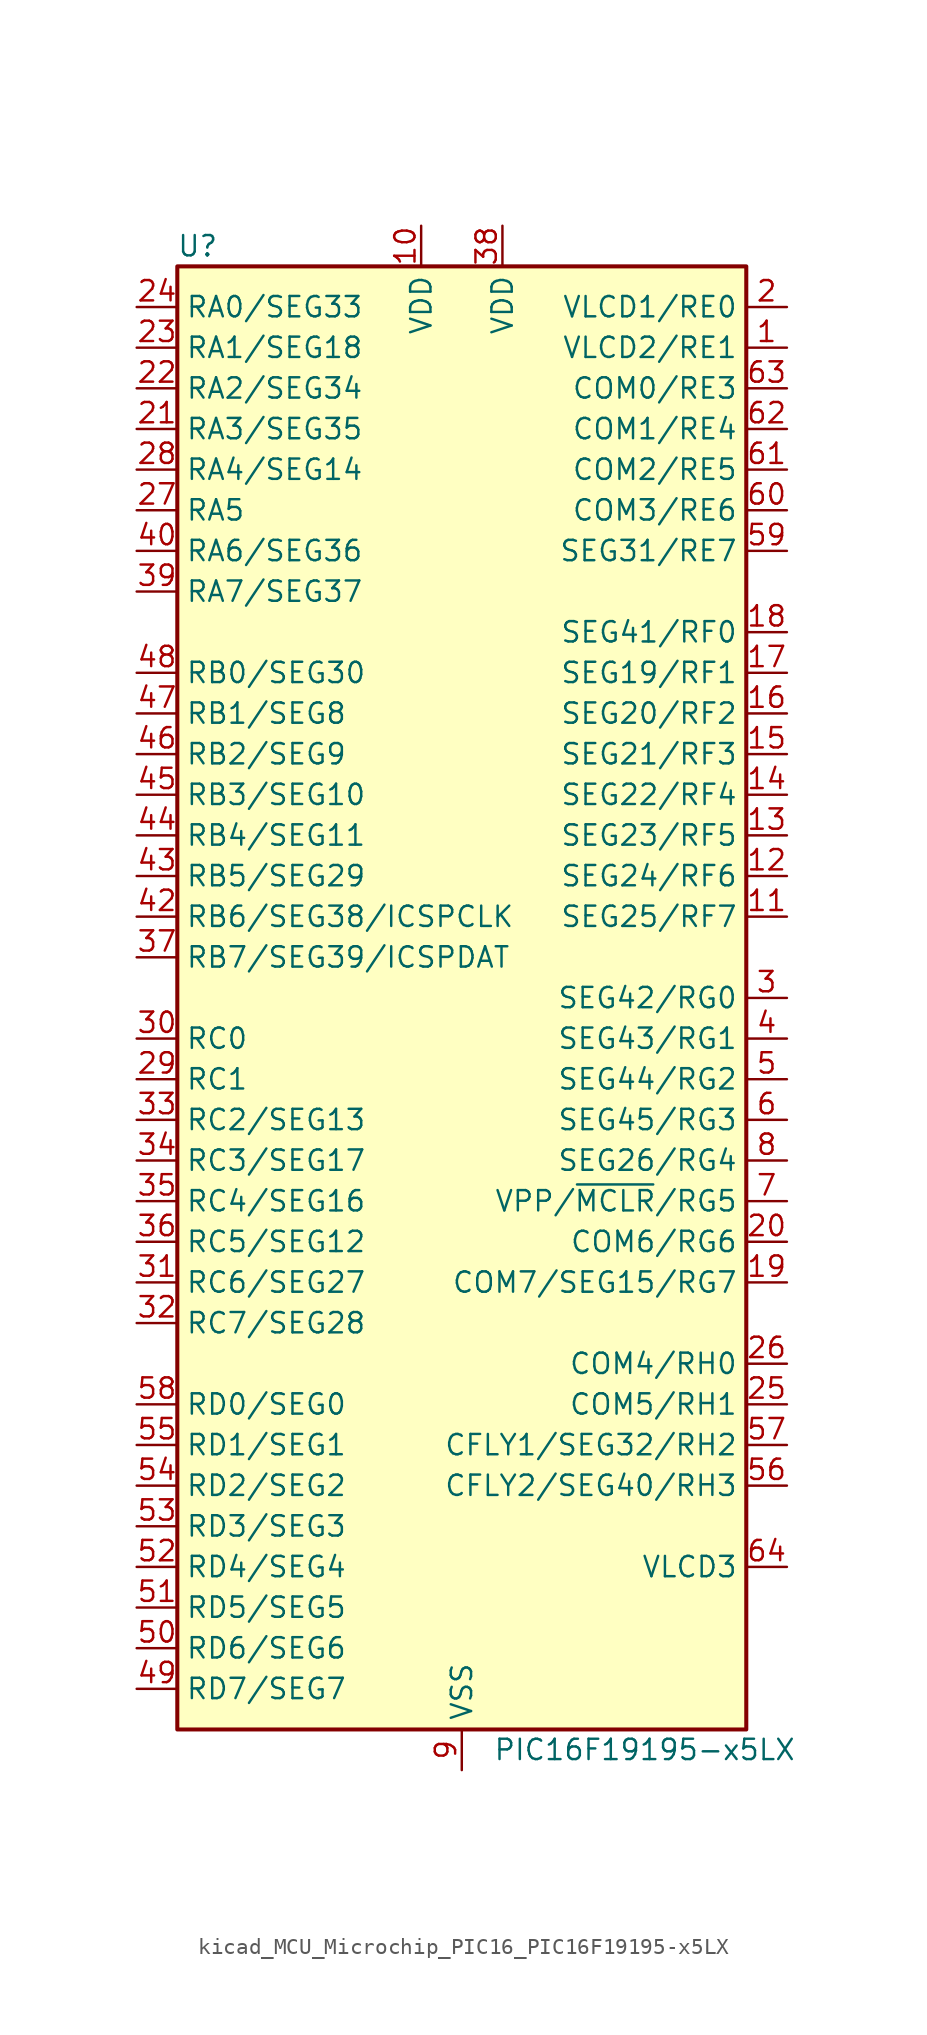
<source format=kicad_sym>
(kicad_symbol_lib
  (version 20220914)
  (generator kicad_symbol_editor)
  (symbol "kicad_MCU_Microchip_PIC16_PIC16F19195-x5LX"
    (property "Reference" "U"
      (at -16.51 46.99 0)
      (effects (font (size 1.27 1.27))))
    (property "Value" "PIC16F19195-x5LX"
      (at 11.43 -46.99 0)
      (effects (font (size 1.27 1.27))))
    (symbol "kicad_MCU_Microchip_PIC16_PIC16F19195-x5LX_0_1"
      (rectangle (start -17.78 45.72) (end 17.78 -45.72) (stroke (width 0.254) (type default)) (fill (type background))))
    (symbol "kicad_MCU_Microchip_PIC16_PIC16F19195-x5LX_1_1"
      (pin bidirectional line (at 20.32 40.64 180) (length 2.54) (name "VLCD2/RE1" (effects (font (size 1.27 1.27)))) (number "1" (effects (font (size 1.27 1.27)))))
      (pin power_in line (at -2.54 48.26 270) (length 2.54) (name "VDD" (effects (font (size 1.27 1.27)))) (number "10" (effects (font (size 1.27 1.27)))))
      (pin bidirectional line (at 20.32 5.08 180) (length 2.54) (name "SEG25/RF7" (effects (font (size 1.27 1.27)))) (number "11" (effects (font (size 1.27 1.27)))))
      (pin bidirectional line (at 20.32 7.62 180) (length 2.54) (name "SEG24/RF6" (effects (font (size 1.27 1.27)))) (number "12" (effects (font (size 1.27 1.27)))))
      (pin bidirectional line (at 20.32 10.16 180) (length 2.54) (name "SEG23/RF5" (effects (font (size 1.27 1.27)))) (number "13" (effects (font (size 1.27 1.27)))))
      (pin bidirectional line (at 20.32 12.7 180) (length 2.54) (name "SEG22/RF4" (effects (font (size 1.27 1.27)))) (number "14" (effects (font (size 1.27 1.27)))))
      (pin bidirectional line (at 20.32 15.24 180) (length 2.54) (name "SEG21/RF3" (effects (font (size 1.27 1.27)))) (number "15" (effects (font (size 1.27 1.27)))))
      (pin bidirectional line (at 20.32 17.78 180) (length 2.54) (name "SEG20/RF2" (effects (font (size 1.27 1.27)))) (number "16" (effects (font (size 1.27 1.27)))))
      (pin bidirectional line (at 20.32 20.32 180) (length 2.54) (name "SEG19/RF1" (effects (font (size 1.27 1.27)))) (number "17" (effects (font (size 1.27 1.27)))))
      (pin bidirectional line (at 20.32 22.86 180) (length 2.54) (name "SEG41/RF0" (effects (font (size 1.27 1.27)))) (number "18" (effects (font (size 1.27 1.27)))))
      (pin bidirectional line (at 20.32 -17.78 180) (length 2.54) (name "COM7/SEG15/RG7" (effects (font (size 1.27 1.27)))) (number "19" (effects (font (size 1.27 1.27)))))
      (pin bidirectional line (at 20.32 43.18 180) (length 2.54) (name "VLCD1/RE0" (effects (font (size 1.27 1.27)))) (number "2" (effects (font (size 1.27 1.27)))))
      (pin bidirectional line (at 20.32 -15.24 180) (length 2.54) (name "COM6/RG6" (effects (font (size 1.27 1.27)))) (number "20" (effects (font (size 1.27 1.27)))))
      (pin bidirectional line (at -20.32 35.56 0) (length 2.54) (name "RA3/SEG35" (effects (font (size 1.27 1.27)))) (number "21" (effects (font (size 1.27 1.27)))))
      (pin bidirectional line (at -20.32 38.1 0) (length 2.54) (name "RA2/SEG34" (effects (font (size 1.27 1.27)))) (number "22" (effects (font (size 1.27 1.27)))))
      (pin bidirectional line (at -20.32 40.64 0) (length 2.54) (name "RA1/SEG18" (effects (font (size 1.27 1.27)))) (number "23" (effects (font (size 1.27 1.27)))))
      (pin bidirectional line (at -20.32 43.18 0) (length 2.54) (name "RA0/SEG33" (effects (font (size 1.27 1.27)))) (number "24" (effects (font (size 1.27 1.27)))))
      (pin bidirectional line (at 20.32 -25.4 180) (length 2.54) (name "COM5/RH1" (effects (font (size 1.27 1.27)))) (number "25" (effects (font (size 1.27 1.27)))))
      (pin bidirectional line (at 20.32 -22.86 180) (length 2.54) (name "COM4/RH0" (effects (font (size 1.27 1.27)))) (number "26" (effects (font (size 1.27 1.27)))))
      (pin bidirectional line (at -20.32 30.48 0) (length 2.54) (name "RA5" (effects (font (size 1.27 1.27)))) (number "27" (effects (font (size 1.27 1.27)))))
      (pin bidirectional line (at -20.32 33.02 0) (length 2.54) (name "RA4/SEG14" (effects (font (size 1.27 1.27)))) (number "28" (effects (font (size 1.27 1.27)))))
      (pin bidirectional line (at -20.32 -5.08 0) (length 2.54) (name "RC1" (effects (font (size 1.27 1.27)))) (number "29" (effects (font (size 1.27 1.27)))))
      (pin bidirectional line (at 20.32 0 180) (length 2.54) (name "SEG42/RG0" (effects (font (size 1.27 1.27)))) (number "3" (effects (font (size 1.27 1.27)))))
      (pin bidirectional line (at -20.32 -2.54 0) (length 2.54) (name "RC0" (effects (font (size 1.27 1.27)))) (number "30" (effects (font (size 1.27 1.27)))))
      (pin bidirectional line (at -20.32 -17.78 0) (length 2.54) (name "RC6/SEG27" (effects (font (size 1.27 1.27)))) (number "31" (effects (font (size 1.27 1.27)))))
      (pin bidirectional line (at -20.32 -20.32 0) (length 2.54) (name "RC7/SEG28" (effects (font (size 1.27 1.27)))) (number "32" (effects (font (size 1.27 1.27)))))
      (pin bidirectional line (at -20.32 -7.62 0) (length 2.54) (name "RC2/SEG13" (effects (font (size 1.27 1.27)))) (number "33" (effects (font (size 1.27 1.27)))))
      (pin bidirectional line (at -20.32 -10.16 0) (length 2.54) (name "RC3/SEG17" (effects (font (size 1.27 1.27)))) (number "34" (effects (font (size 1.27 1.27)))))
      (pin bidirectional line (at -20.32 -12.7 0) (length 2.54) (name "RC4/SEG16" (effects (font (size 1.27 1.27)))) (number "35" (effects (font (size 1.27 1.27)))))
      (pin bidirectional line (at -20.32 -15.24 0) (length 2.54) (name "RC5/SEG12" (effects (font (size 1.27 1.27)))) (number "36" (effects (font (size 1.27 1.27)))))
      (pin bidirectional line (at -20.32 2.54 0) (length 2.54) (name "RB7/SEG39/ICSPDAT" (effects (font (size 1.27 1.27)))) (number "37" (effects (font (size 1.27 1.27)))))
      (pin power_in line (at 2.54 48.26 270) (length 2.54) (name "VDD" (effects (font (size 1.27 1.27)))) (number "38" (effects (font (size 1.27 1.27)))))
      (pin bidirectional line (at -20.32 25.4 0) (length 2.54) (name "RA7/SEG37" (effects (font (size 1.27 1.27)))) (number "39" (effects (font (size 1.27 1.27)))))
      (pin bidirectional line (at 20.32 -2.54 180) (length 2.54) (name "SEG43/RG1" (effects (font (size 1.27 1.27)))) (number "4" (effects (font (size 1.27 1.27)))))
      (pin bidirectional line (at -20.32 27.94 0) (length 2.54) (name "RA6/SEG36" (effects (font (size 1.27 1.27)))) (number "40" (effects (font (size 1.27 1.27)))))
      (pin passive line (at 0 -48.26 90) (length 2.54) hide (name "VSS" (effects (font (size 1.27 1.27)))) (number "41" (effects (font (size 1.27 1.27)))))
      (pin bidirectional line (at -20.32 5.08 0) (length 2.54) (name "RB6/SEG38/ICSPCLK" (effects (font (size 1.27 1.27)))) (number "42" (effects (font (size 1.27 1.27)))))
      (pin bidirectional line (at -20.32 7.62 0) (length 2.54) (name "RB5/SEG29" (effects (font (size 1.27 1.27)))) (number "43" (effects (font (size 1.27 1.27)))))
      (pin bidirectional line (at -20.32 10.16 0) (length 2.54) (name "RB4/SEG11" (effects (font (size 1.27 1.27)))) (number "44" (effects (font (size 1.27 1.27)))))
      (pin bidirectional line (at -20.32 12.7 0) (length 2.54) (name "RB3/SEG10" (effects (font (size 1.27 1.27)))) (number "45" (effects (font (size 1.27 1.27)))))
      (pin bidirectional line (at -20.32 15.24 0) (length 2.54) (name "RB2/SEG9" (effects (font (size 1.27 1.27)))) (number "46" (effects (font (size 1.27 1.27)))))
      (pin bidirectional line (at -20.32 17.78 0) (length 2.54) (name "RB1/SEG8" (effects (font (size 1.27 1.27)))) (number "47" (effects (font (size 1.27 1.27)))))
      (pin bidirectional line (at -20.32 20.32 0) (length 2.54) (name "RB0/SEG30" (effects (font (size 1.27 1.27)))) (number "48" (effects (font (size 1.27 1.27)))))
      (pin bidirectional line (at -20.32 -43.18 0) (length 2.54) (name "RD7/SEG7" (effects (font (size 1.27 1.27)))) (number "49" (effects (font (size 1.27 1.27)))))
      (pin bidirectional line (at 20.32 -5.08 180) (length 2.54) (name "SEG44/RG2" (effects (font (size 1.27 1.27)))) (number "5" (effects (font (size 1.27 1.27)))))
      (pin bidirectional line (at -20.32 -40.64 0) (length 2.54) (name "RD6/SEG6" (effects (font (size 1.27 1.27)))) (number "50" (effects (font (size 1.27 1.27)))))
      (pin bidirectional line (at -20.32 -38.1 0) (length 2.54) (name "RD5/SEG5" (effects (font (size 1.27 1.27)))) (number "51" (effects (font (size 1.27 1.27)))))
      (pin bidirectional line (at -20.32 -35.56 0) (length 2.54) (name "RD4/SEG4" (effects (font (size 1.27 1.27)))) (number "52" (effects (font (size 1.27 1.27)))))
      (pin bidirectional line (at -20.32 -33.02 0) (length 2.54) (name "RD3/SEG3" (effects (font (size 1.27 1.27)))) (number "53" (effects (font (size 1.27 1.27)))))
      (pin bidirectional line (at -20.32 -30.48 0) (length 2.54) (name "RD2/SEG2" (effects (font (size 1.27 1.27)))) (number "54" (effects (font (size 1.27 1.27)))))
      (pin bidirectional line (at -20.32 -27.94 0) (length 2.54) (name "RD1/SEG1" (effects (font (size 1.27 1.27)))) (number "55" (effects (font (size 1.27 1.27)))))
      (pin bidirectional line (at 20.32 -30.48 180) (length 2.54) (name "CFLY2/SEG40/RH3" (effects (font (size 1.27 1.27)))) (number "56" (effects (font (size 1.27 1.27)))))
      (pin bidirectional line (at 20.32 -27.94 180) (length 2.54) (name "CFLY1/SEG32/RH2" (effects (font (size 1.27 1.27)))) (number "57" (effects (font (size 1.27 1.27)))))
      (pin bidirectional line (at -20.32 -25.4 0) (length 2.54) (name "RD0/SEG0" (effects (font (size 1.27 1.27)))) (number "58" (effects (font (size 1.27 1.27)))))
      (pin bidirectional line (at 20.32 27.94 180) (length 2.54) (name "SEG31/RE7" (effects (font (size 1.27 1.27)))) (number "59" (effects (font (size 1.27 1.27)))))
      (pin bidirectional line (at 20.32 -7.62 180) (length 2.54) (name "SEG45/RG3" (effects (font (size 1.27 1.27)))) (number "6" (effects (font (size 1.27 1.27)))))
      (pin bidirectional line (at 20.32 30.48 180) (length 2.54) (name "COM3/RE6" (effects (font (size 1.27 1.27)))) (number "60" (effects (font (size 1.27 1.27)))))
      (pin bidirectional line (at 20.32 33.02 180) (length 2.54) (name "COM2/RE5" (effects (font (size 1.27 1.27)))) (number "61" (effects (font (size 1.27 1.27)))))
      (pin bidirectional line (at 20.32 35.56 180) (length 2.54) (name "COM1/RE4" (effects (font (size 1.27 1.27)))) (number "62" (effects (font (size 1.27 1.27)))))
      (pin bidirectional line (at 20.32 38.1 180) (length 2.54) (name "COM0/RE3" (effects (font (size 1.27 1.27)))) (number "63" (effects (font (size 1.27 1.27)))))
      (pin input line (at 20.32 -35.56 180) (length 2.54) (name "VLCD3" (effects (font (size 1.27 1.27)))) (number "64" (effects (font (size 1.27 1.27)))))
      (pin passive line (at 0 -48.26 90) (length 2.54) hide (name "VSS" (effects (font (size 1.27 1.27)))) (number "65" (effects (font (size 1.27 1.27)))))
      (pin bidirectional line (at 20.32 -12.7 180) (length 2.54) (name "VPP/~{MCLR}/RG5" (effects (font (size 1.27 1.27)))) (number "7" (effects (font (size 1.27 1.27)))))
      (pin bidirectional line (at 20.32 -10.16 180) (length 2.54) (name "SEG26/RG4" (effects (font (size 1.27 1.27)))) (number "8" (effects (font (size 1.27 1.27)))))
      (pin power_in line (at 0 -48.26 90) (length 2.54) (name "VSS" (effects (font (size 1.27 1.27)))) (number "9" (effects (font (size 1.27 1.27))))))))
</source>
